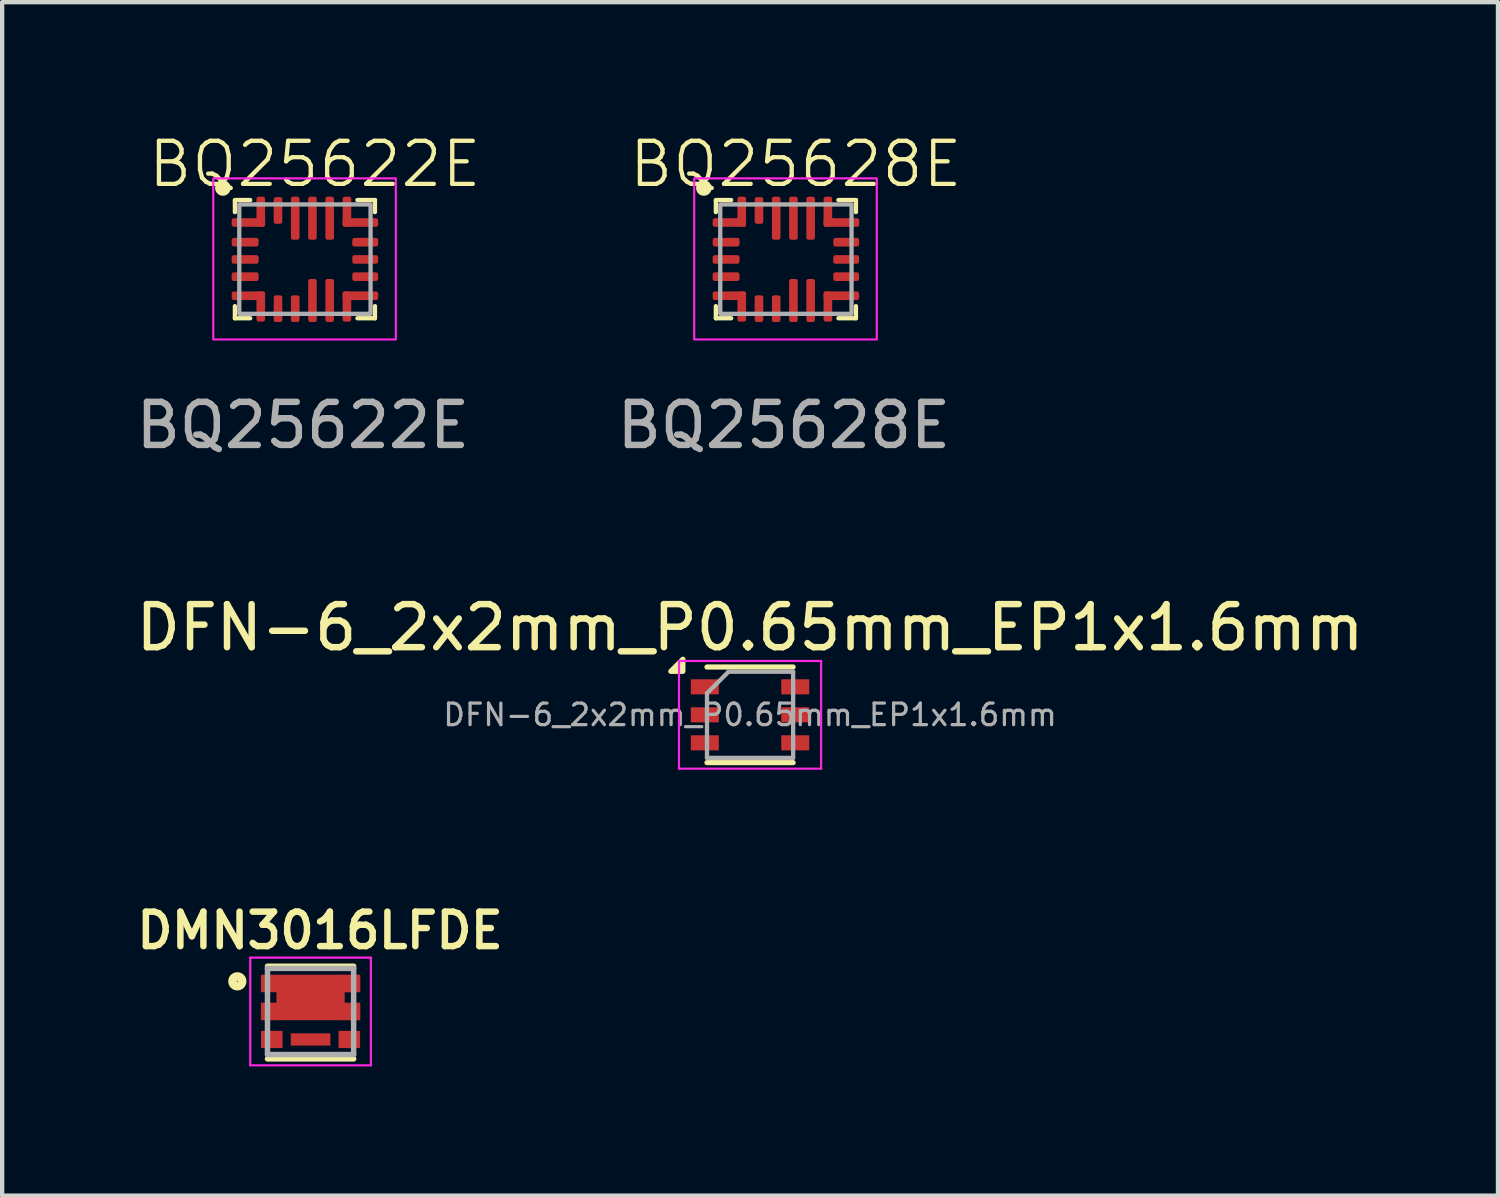
<source format=kicad_pcb>
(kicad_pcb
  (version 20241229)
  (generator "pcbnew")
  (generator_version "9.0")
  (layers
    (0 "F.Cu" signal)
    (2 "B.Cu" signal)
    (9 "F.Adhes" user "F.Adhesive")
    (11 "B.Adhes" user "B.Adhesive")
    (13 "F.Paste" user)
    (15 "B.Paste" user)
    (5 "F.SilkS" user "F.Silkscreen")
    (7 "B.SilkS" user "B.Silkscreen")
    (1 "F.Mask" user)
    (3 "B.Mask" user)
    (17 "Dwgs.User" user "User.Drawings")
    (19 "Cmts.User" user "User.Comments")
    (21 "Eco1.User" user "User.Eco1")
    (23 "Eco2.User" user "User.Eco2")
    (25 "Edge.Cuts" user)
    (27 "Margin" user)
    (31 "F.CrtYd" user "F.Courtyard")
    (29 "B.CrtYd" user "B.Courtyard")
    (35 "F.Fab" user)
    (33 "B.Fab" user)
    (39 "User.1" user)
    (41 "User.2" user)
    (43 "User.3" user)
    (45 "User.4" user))
  (footprint "BQ25628E"
    (layer "F.Cu")
    (at 15.195 2.966)
    (property "Reference" "BQ25628E" (at 0.23 -2.205 0) (unlocked yes) (layer "F.SilkS") (effects (font (size 1 1) (thickness 0.1))))
    (attr smd)
    (fp_line (start -1.626 -1.372) (end -1.27 -1.372) (stroke (width 0.1) (type default)) (layer "F.SilkS"))
    (fp_line (start -1.626 -1.359) (end -1.626 -1.092) (stroke (width 0.1) (type default)) (layer "F.SilkS"))
    (fp_line (start -1.626 1.372) (end -1.626 1.092) (stroke (width 0.1) (type default)) (layer "F.SilkS"))
    (fp_line (start -1.626 1.372) (end -1.27 1.372) (stroke (width 0.1) (type default)) (layer "F.SilkS"))
    (fp_line (start 1.626 -1.372) (end 1.219 -1.372) (stroke (width 0.1) (type default)) (layer "F.SilkS"))
    (fp_line (start 1.626 -1.372) (end 1.626 -1.092) (stroke (width 0.1) (type default)) (layer "F.SilkS"))
    (fp_line (start 1.626 1.372) (end 1.219 1.372) (stroke (width 0.1) (type default)) (layer "F.SilkS"))
    (fp_line (start 1.626 1.372) (end 1.626 1.092) (stroke (width 0.1) (type default)) (layer "F.SilkS"))
    (fp_circle (center -1.905 -1.651) (end -1.775 -1.651) (stroke (width 0.1) (type solid)) (fill yes) (layer "F.SilkS"))
    (fp_rect (start -2.128 -1.875) (end 2.11 1.865) (stroke (width 0.05) (type default)) (fill no) (layer "F.CrtYd"))
    (fp_rect (start -1.524 -1.27) (end 1.524 1.27) (stroke (width 0.1) (type default)) (fill no) (layer "F.Fab"))
    (fp_text user "${REFERENCE}" (at -0.047 3.858 0) (unlocked yes) (layer "F.Fab") (effects (font (size 1 1) (thickness 0.15))))
    (pad "1" smd roundrect (at -1.313 -0.85) (size 0.775 0.2) (layers "F.Cu" "F.Mask" "F.Paste") (roundrect_rratio 0.25))
    (pad "1" smd roundrect (at -1.025 -1.1) (size 0.2 0.7) (layers "F.Cu" "F.Mask" "F.Paste") (roundrect_rratio 0.25))
    (pad "2" smd roundrect (at -1.388 -0.393) (size 0.625 0.2) (layers "F.Cu" "F.Mask" "F.Paste") (roundrect_rratio 0.25))
    (pad "3" smd roundrect (at -1.388 0.007) (size 0.625 0.2) (layers "F.Cu" "F.Mask" "F.Paste") (roundrect_rratio 0.25))
    (pad "4" smd roundrect (at -1.388 0.407) (size 0.625 0.2) (layers "F.Cu" "F.Mask" "F.Paste") (roundrect_rratio 0.25))
    (pad "5" smd roundrect (at -1.313 0.85) (size 0.775 0.2) (layers "F.Cu" "F.Mask" "F.Paste") (roundrect_rratio 0.25))
    (pad "5" smd roundrect (at -1.025 1.1) (size 0.2 0.7) (layers "F.Cu" "F.Mask" "F.Paste") (roundrect_rratio 0.25))
    (pad "6" smd roundrect (at -0.625 1.15) (size 0.2 0.619) (layers "F.Cu" "F.Mask" "F.Paste") (roundrect_rratio 0.25))
    (pad "7" smd roundrect (at -0.225 1.15) (size 0.2 0.619) (layers "F.Cu" "F.Mask" "F.Paste") (roundrect_rratio 0.25))
    (pad "8" smd roundrect (at 0.175 0.96) (size 0.2 1) (layers "F.Cu" "F.Mask" "F.Paste") (roundrect_rratio 0.25))
    (pad "9" smd roundrect (at 0.575 0.96) (size 0.2 1) (layers "F.Cu" "F.Mask" "F.Paste") (roundrect_rratio 0.25))
    (pad "10" smd roundrect (at 0.975 1.1) (size 0.2 0.7) (layers "F.Cu" "F.Mask" "F.Paste") (roundrect_rratio 0.25))
    (pad "10" smd roundrect (at 1.288 0.85) (size 0.825 0.2) (layers "F.Cu" "F.Mask" "F.Paste") (roundrect_rratio 0.25))
    (pad "11" smd roundrect (at 1.4 0.407) (size 0.6 0.2) (layers "F.Cu" "F.Mask" "F.Paste") (roundrect_rratio 0.25))
    (pad "12" smd roundrect (at 1.4 0.007) (size 0.6 0.2) (layers "F.Cu" "F.Mask" "F.Paste") (roundrect_rratio 0.25))
    (pad "13" smd roundrect (at 1.4 -0.393) (size 0.6 0.2) (layers "F.Cu" "F.Mask" "F.Paste") (roundrect_rratio 0.25))
    (pad "14" smd roundrect (at 0.975 -1.1) (size 0.2 0.7) (layers "F.Cu" "F.Mask" "F.Paste") (roundrect_rratio 0.25))
    (pad "14" smd roundrect (at 1.288 -0.85) (size 0.825 0.2) (layers "F.Cu" "F.Mask" "F.Paste") (roundrect_rratio 0.25))
    (pad "15" smd roundrect (at 0.575 -0.95) (size 0.2 1) (layers "F.Cu" "F.Mask" "F.Paste") (roundrect_rratio 0.25))
    (pad "16" smd roundrect (at 0.175 -0.95) (size 0.2 1) (layers "F.Cu" "F.Mask" "F.Paste") (roundrect_rratio 0.25))
    (pad "17" smd roundrect (at -0.225 -0.95) (size 0.2 1) (layers "F.Cu" "F.Mask" "F.Paste") (roundrect_rratio 0.25))
    (pad "18" smd roundrect (at -0.625 -1.13) (size 0.2 0.619) (layers "F.Cu" "F.Mask" "F.Paste") (roundrect_rratio 0.25)))
  (footprint "DMN3016LFDE"
    (layer "F.Cu")
    (at 4.16 20.432)
    (property "Reference" "DMN3016LFDE" (at 0.22 -1.88 0) (layer "F.SilkS") (effects (font (size 0.801 0.801) (thickness 0.15))))
    (attr smd)
    (fp_line (start -1 -1.05) (end 1 -1.05) (stroke (width 0.127) (type solid)) (layer "F.SilkS"))
    (fp_line (start -1 1.1) (end 1 1.1) (stroke (width 0.127) (type solid)) (layer "F.SilkS"))
    (fp_circle (center -1.7 -0.7) (end -1.588 -0.7) (stroke (width 0.2) (type solid)) (fill no) (layer "F.SilkS"))
    (fp_poly (pts (xy -0.46 -0.695) (xy 0.46 -0.695) (xy 0.46 0.045) (xy -0.46 0.045)) (stroke (width 0.01) (type solid)) (fill yes) (layer "F.Paste"))
    (fp_line (start -1.4 -1.25) (end 1.4 -1.25) (stroke (width 0.05) (type solid)) (layer "F.CrtYd"))
    (fp_line (start -1.4 1.25) (end -1.4 -1.25) (stroke (width 0.05) (type solid)) (layer "F.CrtYd"))
    (fp_line (start 1.4 -1.25) (end 1.4 1.25) (stroke (width 0.05) (type solid)) (layer "F.CrtYd"))
    (fp_line (start 1.4 1.25) (end -1.4 1.25) (stroke (width 0.05) (type solid)) (layer "F.CrtYd"))
    (fp_line (start -1 -1) (end 1 -1) (stroke (width 0.127) (type solid)) (layer "F.Fab"))
    (fp_line (start -1 1) (end -1 -1) (stroke (width 0.127) (type solid)) (layer "F.Fab"))
    (fp_line (start 1 -1) (end 1 1) (stroke (width 0.127) (type solid)) (layer "F.Fab"))
    (fp_line (start 1 1) (end -1 1) (stroke (width 0.127) (type solid)) (layer "F.Fab"))
    (pad "1" smd rect (at 0.9 0.65) (size 0.5 0.4) (layers "F.Cu" "F.Paste"))
    (pad "2" smd custom (at -0.9 -0.65) (size 0.5 0.4) (layers "F.Cu" "F.Paste") (options (anchor rect)) (primitives (gr_poly (pts (xy -0.24 -0.19) (xy 2.04 -0.19) (xy 2.04 0.19) (xy 1.68 0.19) (xy 1.68 0.46) (xy 2.04 0.46) (xy 2.04 0.84) (xy -0.24 0.84) (xy -0.24 0.46) (xy 0.12 0.46) (xy 0.12 0.19) (xy -0.24 0.19)) (width 0.025) (fill yes))))
    (pad "2" smd rect (at -0.9 0) (size 0.5 0.4) (layers "F.Cu" "F.Paste"))
    (pad "2" smd rect (at 0.9 -0.65) (size 0.5 0.4) (layers "F.Cu" "F.Paste"))
    (pad "2" smd rect (at 0.9 0) (size 0.5 0.4) (layers "F.Cu" "F.Paste"))
    (pad "3" smd rect (at -0.9 0.65) (size 0.5 0.4) (layers "F.Cu" "F.Paste"))
    (pad "3" smd rect (at 0 0.65) (size 0.92 0.285) (layers "F.Cu" "F.Paste")))
  (footprint "BQ25622E"
    (layer "F.Cu")
    (at 4.029 2.966)
    (property "Reference" "BQ25622E" (at 0.23 -2.205 0) (unlocked yes) (layer "F.SilkS") (effects (font (size 1 1) (thickness 0.1))))
    (attr smd)
    (fp_line (start -1.626 -1.372) (end -1.27 -1.372) (stroke (width 0.1) (type default)) (layer "F.SilkS"))
    (fp_line (start -1.626 -1.359) (end -1.626 -1.092) (stroke (width 0.1) (type default)) (layer "F.SilkS"))
    (fp_line (start -1.626 1.372) (end -1.626 1.092) (stroke (width 0.1) (type default)) (layer "F.SilkS"))
    (fp_line (start -1.626 1.372) (end -1.27 1.372) (stroke (width 0.1) (type default)) (layer "F.SilkS"))
    (fp_line (start 1.626 -1.372) (end 1.219 -1.372) (stroke (width 0.1) (type default)) (layer "F.SilkS"))
    (fp_line (start 1.626 -1.372) (end 1.626 -1.092) (stroke (width 0.1) (type default)) (layer "F.SilkS"))
    (fp_line (start 1.626 1.372) (end 1.219 1.372) (stroke (width 0.1) (type default)) (layer "F.SilkS"))
    (fp_line (start 1.626 1.372) (end 1.626 1.092) (stroke (width 0.1) (type default)) (layer "F.SilkS"))
    (fp_circle (center -1.905 -1.651) (end -1.775 -1.651) (stroke (width 0.1) (type solid)) (fill yes) (layer "F.SilkS"))
    (fp_rect (start -2.128 -1.875) (end 2.11 1.865) (stroke (width 0.05) (type default)) (fill no) (layer "F.CrtYd"))
    (fp_rect (start -1.524 -1.27) (end 1.524 1.27) (stroke (width 0.1) (type default)) (fill no) (layer "F.Fab"))
    (fp_text user "${REFERENCE}" (at -0.047 3.858 0) (unlocked yes) (layer "F.Fab") (effects (font (size 1 1) (thickness 0.15))))
    (pad "1" smd roundrect (at -1.313 -0.85) (size 0.775 0.2) (layers "F.Cu" "F.Mask" "F.Paste") (roundrect_rratio 0.25))
    (pad "1" smd roundrect (at -1.025 -1.1) (size 0.2 0.7) (layers "F.Cu" "F.Mask" "F.Paste") (roundrect_rratio 0.25))
    (pad "2" smd roundrect (at -1.388 -0.393) (size 0.625 0.2) (layers "F.Cu" "F.Mask" "F.Paste") (roundrect_rratio 0.25))
    (pad "3" smd roundrect (at -1.388 0.007) (size 0.625 0.2) (layers "F.Cu" "F.Mask" "F.Paste") (roundrect_rratio 0.25))
    (pad "4" smd roundrect (at -1.388 0.407) (size 0.625 0.2) (layers "F.Cu" "F.Mask" "F.Paste") (roundrect_rratio 0.25))
    (pad "5" smd roundrect (at -1.313 0.85) (size 0.775 0.2) (layers "F.Cu" "F.Mask" "F.Paste") (roundrect_rratio 0.25))
    (pad "5" smd roundrect (at -1.025 1.1) (size 0.2 0.7) (layers "F.Cu" "F.Mask" "F.Paste") (roundrect_rratio 0.25))
    (pad "6" smd roundrect (at -0.625 1.15) (size 0.2 0.619) (layers "F.Cu" "F.Mask" "F.Paste") (roundrect_rratio 0.25))
    (pad "7" smd roundrect (at -0.225 1.15) (size 0.2 0.619) (layers "F.Cu" "F.Mask" "F.Paste") (roundrect_rratio 0.25))
    (pad "8" smd roundrect (at 0.175 0.96) (size 0.2 1) (layers "F.Cu" "F.Mask" "F.Paste") (roundrect_rratio 0.25))
    (pad "9" smd roundrect (at 0.575 0.96) (size 0.2 1) (layers "F.Cu" "F.Mask" "F.Paste") (roundrect_rratio 0.25))
    (pad "10" smd roundrect (at 0.975 1.1) (size 0.2 0.7) (layers "F.Cu" "F.Mask" "F.Paste") (roundrect_rratio 0.25))
    (pad "10" smd roundrect (at 1.288 0.85) (size 0.825 0.2) (layers "F.Cu" "F.Mask" "F.Paste") (roundrect_rratio 0.25))
    (pad "11" smd roundrect (at 1.4 0.407) (size 0.6 0.2) (layers "F.Cu" "F.Mask" "F.Paste") (roundrect_rratio 0.25))
    (pad "12" smd roundrect (at 1.4 0.007) (size 0.6 0.2) (layers "F.Cu" "F.Mask" "F.Paste") (roundrect_rratio 0.25))
    (pad "13" smd roundrect (at 1.4 -0.393) (size 0.6 0.2) (layers "F.Cu" "F.Mask" "F.Paste") (roundrect_rratio 0.25))
    (pad "14" smd roundrect (at 0.975 -1.1) (size 0.2 0.7) (layers "F.Cu" "F.Mask" "F.Paste") (roundrect_rratio 0.25))
    (pad "14" smd roundrect (at 1.288 -0.85) (size 0.825 0.2) (layers "F.Cu" "F.Mask" "F.Paste") (roundrect_rratio 0.25))
    (pad "15" smd roundrect (at 0.575 -0.95) (size 0.2 1) (layers "F.Cu" "F.Mask" "F.Paste") (roundrect_rratio 0.25))
    (pad "16" smd roundrect (at 0.175 -0.95) (size 0.2 1) (layers "F.Cu" "F.Mask" "F.Paste") (roundrect_rratio 0.25))
    (pad "17" smd roundrect (at -0.225 -0.95) (size 0.2 1) (layers "F.Cu" "F.Mask" "F.Paste") (roundrect_rratio 0.25))
    (pad "18" smd roundrect (at -0.625 -1.13) (size 0.2 0.619) (layers "F.Cu" "F.Mask" "F.Paste") (roundrect_rratio 0.25)))
  (footprint "DFN-6_2x2mm_P0.65mm_EP1x1.6mm"
    (layer "F.Cu")
    (at 14.363 13.545)
    (property "Reference" "DFN-6_2x2mm_P0.65mm_EP1x1.6mm" (at 0 -2.025 0) (layer "F.SilkS") (effects (font (size 1 1) (thickness 0.15))))
    (attr smd)
    (fp_line (start -1 -1.11) (end 1 -1.11) (stroke (width 0.12) (type solid)) (layer "F.SilkS"))
    (fp_line (start -1 1.11) (end 1 1.11) (stroke (width 0.12) (type solid)) (layer "F.SilkS"))
    (fp_poly (pts (xy -1.56 -1.01) (xy -1.84 -1.01) (xy -1.56 -1.29) (xy -1.56 -1.01)) (stroke (width 0.12) (type solid)) (fill yes) (layer "F.SilkS"))
    (fp_line (start -1.65 -1.25) (end -1.65 1.25) (stroke (width 0.05) (type solid)) (layer "F.CrtYd"))
    (fp_line (start -1.65 -1.25) (end 1.65 -1.25) (stroke (width 0.05) (type solid)) (layer "F.CrtYd"))
    (fp_line (start -1.65 1.25) (end 1.65 1.25) (stroke (width 0.05) (type solid)) (layer "F.CrtYd"))
    (fp_line (start 1.65 -1.25) (end 1.65 1.25) (stroke (width 0.05) (type solid)) (layer "F.CrtYd"))
    (fp_line (start -1 -0.5) (end -0.5 -1) (stroke (width 0.1) (type solid)) (layer "F.Fab"))
    (fp_line (start -1 1) (end -1 -0.5) (stroke (width 0.1) (type solid)) (layer "F.Fab"))
    (fp_line (start -0.5 -1) (end 1 -1) (stroke (width 0.1) (type solid)) (layer "F.Fab"))
    (fp_line (start 1 -1) (end 1 1) (stroke (width 0.1) (type solid)) (layer "F.Fab"))
    (fp_line (start 1 1) (end -1 1) (stroke (width 0.1) (type solid)) (layer "F.Fab"))
    (fp_text user "${REFERENCE}" (at 0 0 0) (layer "F.Fab") (effects (font (size 0.5 0.5) (thickness 0.075))))
    (pad "1" smd rect (at -1.05 -0.65) (size 0.65 0.35) (layers "F.Cu" "F.Mask" "F.Paste"))
    (pad "2" smd rect (at -1.05 0) (size 0.65 0.35) (layers "F.Cu" "F.Mask" "F.Paste"))
    (pad "3" smd rect (at -1.05 0.65) (size 0.65 0.35) (layers "F.Cu" "F.Mask" "F.Paste"))
    (pad "4" smd rect (at 1.05 0.65) (size 0.65 0.35) (layers "F.Cu" "F.Mask" "F.Paste"))
    (pad "5" smd rect (at 1.05 0) (size 0.65 0.35) (layers "F.Cu" "F.Mask" "F.Paste"))
    (pad "6" smd rect (at 1.05 -0.65) (size 0.65 0.35) (layers "F.Cu" "F.Mask" "F.Paste")))
  (gr_rect
    (start -3 -3)
    (end 31.726 24.707)
    (stroke (width 0.1) (type default))
    (fill no)
    (layer "Edge.Cuts")))
</source>
